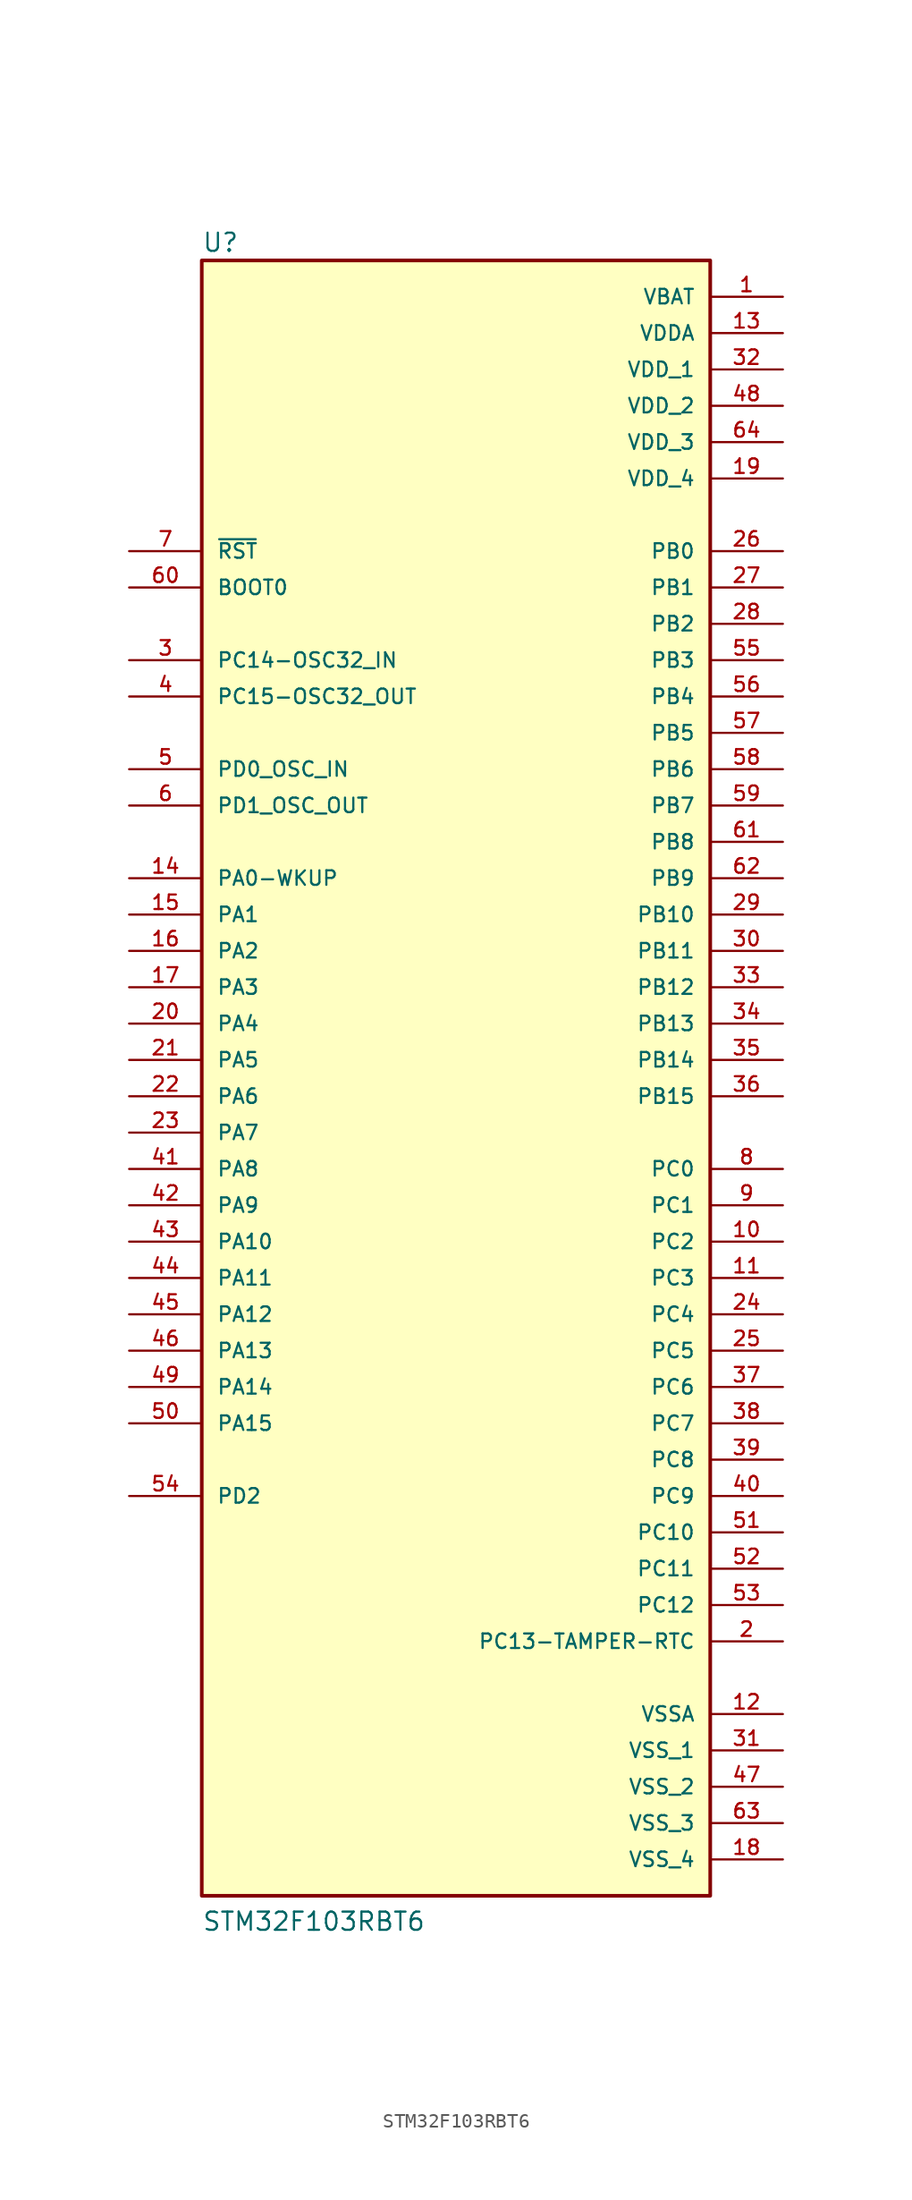
<source format=kicad_sym>
(kicad_symbol_lib
  (version 20211014)
  (generator kicad_symbol_editor)
  (symbol "STM32F103RBT6"
    (pin_names
      (offset 1.016))
    (property "Reference" "U"
      (at -17.78 56.388 0.0)
      (effects (font (size 1.27 1.27)) (justify bottom left)))
    (property "Value" "STM32F103RBT6"
      (at -17.78 -60.96 0.0)
      (effects (font (size 1.27 1.27)) (justify bottom left)))
    (symbol "STM32F103RBT6_0_0"
      (rectangle (start -17.78 -58.42) (end 17.78 55.88) (stroke (width 0.254)) (fill (type background)))
      (pin power_in line (at 22.86 50.8 180.0) (length 5.08) (name "VDDA" (effects (font (size 1.016 1.016)))) (number "13" (effects (font (size 1.016 1.016)))))
      (pin power_in line (at 22.86 48.26 180.0) (length 5.08) (name "VDD_1" (effects (font (size 1.016 1.016)))) (number "32" (effects (font (size 1.016 1.016)))))
      (pin power_in line (at 22.86 45.72 180.0) (length 5.08) (name "VDD_2" (effects (font (size 1.016 1.016)))) (number "48" (effects (font (size 1.016 1.016)))))
      (pin power_in line (at 22.86 43.18 180.0) (length 5.08) (name "VDD_3" (effects (font (size 1.016 1.016)))) (number "64" (effects (font (size 1.016 1.016)))))
      (pin power_in line (at 22.86 40.64 180.0) (length 5.08) (name "VDD_4" (effects (font (size 1.016 1.016)))) (number "19" (effects (font (size 1.016 1.016)))))
      (pin power_in line (at 22.86 53.34 180.0) (length 5.08) (name "VBAT" (effects (font (size 1.016 1.016)))) (number "1" (effects (font (size 1.016 1.016)))))
      (pin input line (at -22.86 33.02 0) (length 5.08) (name "BOOT0" (effects (font (size 1.016 1.016)))) (number "60" (effects (font (size 1.016 1.016)))))
      (pin bidirectional line (at -22.86 12.7 0) (length 5.08) (name "PA0-WKUP" (effects (font (size 1.016 1.016)))) (number "14" (effects (font (size 1.016 1.016)))))
      (pin bidirectional line (at -22.86 10.16 0) (length 5.08) (name "PA1" (effects (font (size 1.016 1.016)))) (number "15" (effects (font (size 1.016 1.016)))))
      (pin bidirectional line (at -22.86 7.62 0) (length 5.08) (name "PA2" (effects (font (size 1.016 1.016)))) (number "16" (effects (font (size 1.016 1.016)))))
      (pin bidirectional line (at -22.86 5.08 0) (length 5.08) (name "PA3" (effects (font (size 1.016 1.016)))) (number "17" (effects (font (size 1.016 1.016)))))
      (pin bidirectional line (at -22.86 2.54 0) (length 5.08) (name "PA4" (effects (font (size 1.016 1.016)))) (number "20" (effects (font (size 1.016 1.016)))))
      (pin bidirectional line (at -22.86 0.0 0) (length 5.08) (name "PA5" (effects (font (size 1.016 1.016)))) (number "21" (effects (font (size 1.016 1.016)))))
      (pin bidirectional line (at -22.86 -2.54 0) (length 5.08) (name "PA6" (effects (font (size 1.016 1.016)))) (number "22" (effects (font (size 1.016 1.016)))))
      (pin bidirectional line (at -22.86 -5.08 0) (length 5.08) (name "PA7" (effects (font (size 1.016 1.016)))) (number "23" (effects (font (size 1.016 1.016)))))
      (pin bidirectional line (at -22.86 -7.62 0) (length 5.08) (name "PA8" (effects (font (size 1.016 1.016)))) (number "41" (effects (font (size 1.016 1.016)))))
      (pin bidirectional line (at -22.86 -10.16 0) (length 5.08) (name "PA9" (effects (font (size 1.016 1.016)))) (number "42" (effects (font (size 1.016 1.016)))))
      (pin bidirectional line (at -22.86 -12.7 0) (length 5.08) (name "PA10" (effects (font (size 1.016 1.016)))) (number "43" (effects (font (size 1.016 1.016)))))
      (pin bidirectional line (at -22.86 -15.24 0) (length 5.08) (name "PA11" (effects (font (size 1.016 1.016)))) (number "44" (effects (font (size 1.016 1.016)))))
      (pin bidirectional line (at -22.86 -17.78 0) (length 5.08) (name "PA12" (effects (font (size 1.016 1.016)))) (number "45" (effects (font (size 1.016 1.016)))))
      (pin bidirectional line (at -22.86 -20.32 0) (length 5.08) (name "PA13" (effects (font (size 1.016 1.016)))) (number "46" (effects (font (size 1.016 1.016)))))
      (pin bidirectional line (at -22.86 -22.86 0) (length 5.08) (name "PA14" (effects (font (size 1.016 1.016)))) (number "49" (effects (font (size 1.016 1.016)))))
      (pin bidirectional line (at -22.86 -25.4 0) (length 5.08) (name "PA15" (effects (font (size 1.016 1.016)))) (number "50" (effects (font (size 1.016 1.016)))))
      (pin bidirectional line (at 22.86 35.56 180.0) (length 5.08) (name "PB0" (effects (font (size 1.016 1.016)))) (number "26" (effects (font (size 1.016 1.016)))))
      (pin bidirectional line (at 22.86 33.02 180.0) (length 5.08) (name "PB1" (effects (font (size 1.016 1.016)))) (number "27" (effects (font (size 1.016 1.016)))))
      (pin bidirectional line (at 22.86 30.48 180.0) (length 5.08) (name "PB2" (effects (font (size 1.016 1.016)))) (number "28" (effects (font (size 1.016 1.016)))))
      (pin bidirectional line (at 22.86 27.94 180.0) (length 5.08) (name "PB3" (effects (font (size 1.016 1.016)))) (number "55" (effects (font (size 1.016 1.016)))))
      (pin bidirectional line (at 22.86 25.4 180.0) (length 5.08) (name "PB4" (effects (font (size 1.016 1.016)))) (number "56" (effects (font (size 1.016 1.016)))))
      (pin bidirectional line (at 22.86 22.86 180.0) (length 5.08) (name "PB5" (effects (font (size 1.016 1.016)))) (number "57" (effects (font (size 1.016 1.016)))))
      (pin bidirectional line (at 22.86 20.32 180.0) (length 5.08) (name "PB6" (effects (font (size 1.016 1.016)))) (number "58" (effects (font (size 1.016 1.016)))))
      (pin bidirectional line (at 22.86 17.78 180.0) (length 5.08) (name "PB7" (effects (font (size 1.016 1.016)))) (number "59" (effects (font (size 1.016 1.016)))))
      (pin bidirectional line (at 22.86 15.24 180.0) (length 5.08) (name "PB8" (effects (font (size 1.016 1.016)))) (number "61" (effects (font (size 1.016 1.016)))))
      (pin bidirectional line (at 22.86 12.7 180.0) (length 5.08) (name "PB9" (effects (font (size 1.016 1.016)))) (number "62" (effects (font (size 1.016 1.016)))))
      (pin bidirectional line (at 22.86 10.16 180.0) (length 5.08) (name "PB10" (effects (font (size 1.016 1.016)))) (number "29" (effects (font (size 1.016 1.016)))))
      (pin bidirectional line (at 22.86 7.62 180.0) (length 5.08) (name "PB11" (effects (font (size 1.016 1.016)))) (number "30" (effects (font (size 1.016 1.016)))))
      (pin bidirectional line (at 22.86 5.08 180.0) (length 5.08) (name "PB12" (effects (font (size 1.016 1.016)))) (number "33" (effects (font (size 1.016 1.016)))))
      (pin bidirectional line (at 22.86 2.54 180.0) (length 5.08) (name "PB13" (effects (font (size 1.016 1.016)))) (number "34" (effects (font (size 1.016 1.016)))))
      (pin bidirectional line (at 22.86 0.0 180.0) (length 5.08) (name "PB14" (effects (font (size 1.016 1.016)))) (number "35" (effects (font (size 1.016 1.016)))))
      (pin bidirectional line (at 22.86 -2.54 180.0) (length 5.08) (name "PB15" (effects (font (size 1.016 1.016)))) (number "36" (effects (font (size 1.016 1.016)))))
      (pin power_in line (at 22.86 -45.72 180.0) (length 5.08) (name "VSSA" (effects (font (size 1.016 1.016)))) (number "12" (effects (font (size 1.016 1.016)))))
      (pin power_in line (at 22.86 -48.26 180.0) (length 5.08) (name "VSS_1" (effects (font (size 1.016 1.016)))) (number "31" (effects (font (size 1.016 1.016)))))
      (pin power_in line (at 22.86 -50.8 180.0) (length 5.08) (name "VSS_2" (effects (font (size 1.016 1.016)))) (number "47" (effects (font (size 1.016 1.016)))))
      (pin power_in line (at 22.86 -53.34 180.0) (length 5.08) (name "VSS_3" (effects (font (size 1.016 1.016)))) (number "63" (effects (font (size 1.016 1.016)))))
      (pin power_in line (at 22.86 -55.88 180.0) (length 5.08) (name "VSS_4" (effects (font (size 1.016 1.016)))) (number "18" (effects (font (size 1.016 1.016)))))
      (pin bidirectional line (at 22.86 -7.62 180.0) (length 5.08) (name "PC0" (effects (font (size 1.016 1.016)))) (number "8" (effects (font (size 1.016 1.016)))))
      (pin bidirectional line (at 22.86 -10.16 180.0) (length 5.08) (name "PC1" (effects (font (size 1.016 1.016)))) (number "9" (effects (font (size 1.016 1.016)))))
      (pin bidirectional line (at 22.86 -12.7 180.0) (length 5.08) (name "PC2" (effects (font (size 1.016 1.016)))) (number "10" (effects (font (size 1.016 1.016)))))
      (pin bidirectional line (at 22.86 -15.24 180.0) (length 5.08) (name "PC3" (effects (font (size 1.016 1.016)))) (number "11" (effects (font (size 1.016 1.016)))))
      (pin bidirectional line (at 22.86 -17.78 180.0) (length 5.08) (name "PC4" (effects (font (size 1.016 1.016)))) (number "24" (effects (font (size 1.016 1.016)))))
      (pin bidirectional line (at 22.86 -20.32 180.0) (length 5.08) (name "PC5" (effects (font (size 1.016 1.016)))) (number "25" (effects (font (size 1.016 1.016)))))
      (pin bidirectional line (at 22.86 -22.86 180.0) (length 5.08) (name "PC6" (effects (font (size 1.016 1.016)))) (number "37" (effects (font (size 1.016 1.016)))))
      (pin bidirectional line (at 22.86 -25.4 180.0) (length 5.08) (name "PC7" (effects (font (size 1.016 1.016)))) (number "38" (effects (font (size 1.016 1.016)))))
      (pin bidirectional line (at 22.86 -27.94 180.0) (length 5.08) (name "PC8" (effects (font (size 1.016 1.016)))) (number "39" (effects (font (size 1.016 1.016)))))
      (pin bidirectional line (at 22.86 -30.48 180.0) (length 5.08) (name "PC9" (effects (font (size 1.016 1.016)))) (number "40" (effects (font (size 1.016 1.016)))))
      (pin bidirectional line (at 22.86 -33.02 180.0) (length 5.08) (name "PC10" (effects (font (size 1.016 1.016)))) (number "51" (effects (font (size 1.016 1.016)))))
      (pin bidirectional line (at 22.86 -35.56 180.0) (length 5.08) (name "PC11" (effects (font (size 1.016 1.016)))) (number "52" (effects (font (size 1.016 1.016)))))
      (pin bidirectional line (at 22.86 -38.1 180.0) (length 5.08) (name "PC12" (effects (font (size 1.016 1.016)))) (number "53" (effects (font (size 1.016 1.016)))))
      (pin bidirectional line (at 22.86 -40.64 180.0) (length 5.08) (name "PC13-TAMPER-RTC" (effects (font (size 1.016 1.016)))) (number "2" (effects (font (size 1.016 1.016)))))
      (pin bidirectional line (at -22.86 27.94 0) (length 5.08) (name "PC14-OSC32_IN" (effects (font (size 1.016 1.016)))) (number "3" (effects (font (size 1.016 1.016)))))
      (pin bidirectional line (at -22.86 25.4 0) (length 5.08) (name "PC15-OSC32_OUT" (effects (font (size 1.016 1.016)))) (number "4" (effects (font (size 1.016 1.016)))))
      (pin input line (at -22.86 20.32 0) (length 5.08) (name "PD0_OSC_IN" (effects (font (size 1.016 1.016)))) (number "5" (effects (font (size 1.016 1.016)))))
      (pin output line (at -22.86 17.78 0) (length 5.08) (name "PD1_OSC_OUT" (effects (font (size 1.016 1.016)))) (number "6" (effects (font (size 1.016 1.016)))))
      (pin bidirectional line (at -22.86 -30.48 0) (length 5.08) (name "PD2" (effects (font (size 1.016 1.016)))) (number "54" (effects (font (size 1.016 1.016)))))
      (pin bidirectional line (at -22.86 35.56 0) (length 5.08) (name "~{RST}" (effects (font (size 1.016 1.016)))) (number "7" (effects (font (size 1.016 1.016))))))))
</source>
